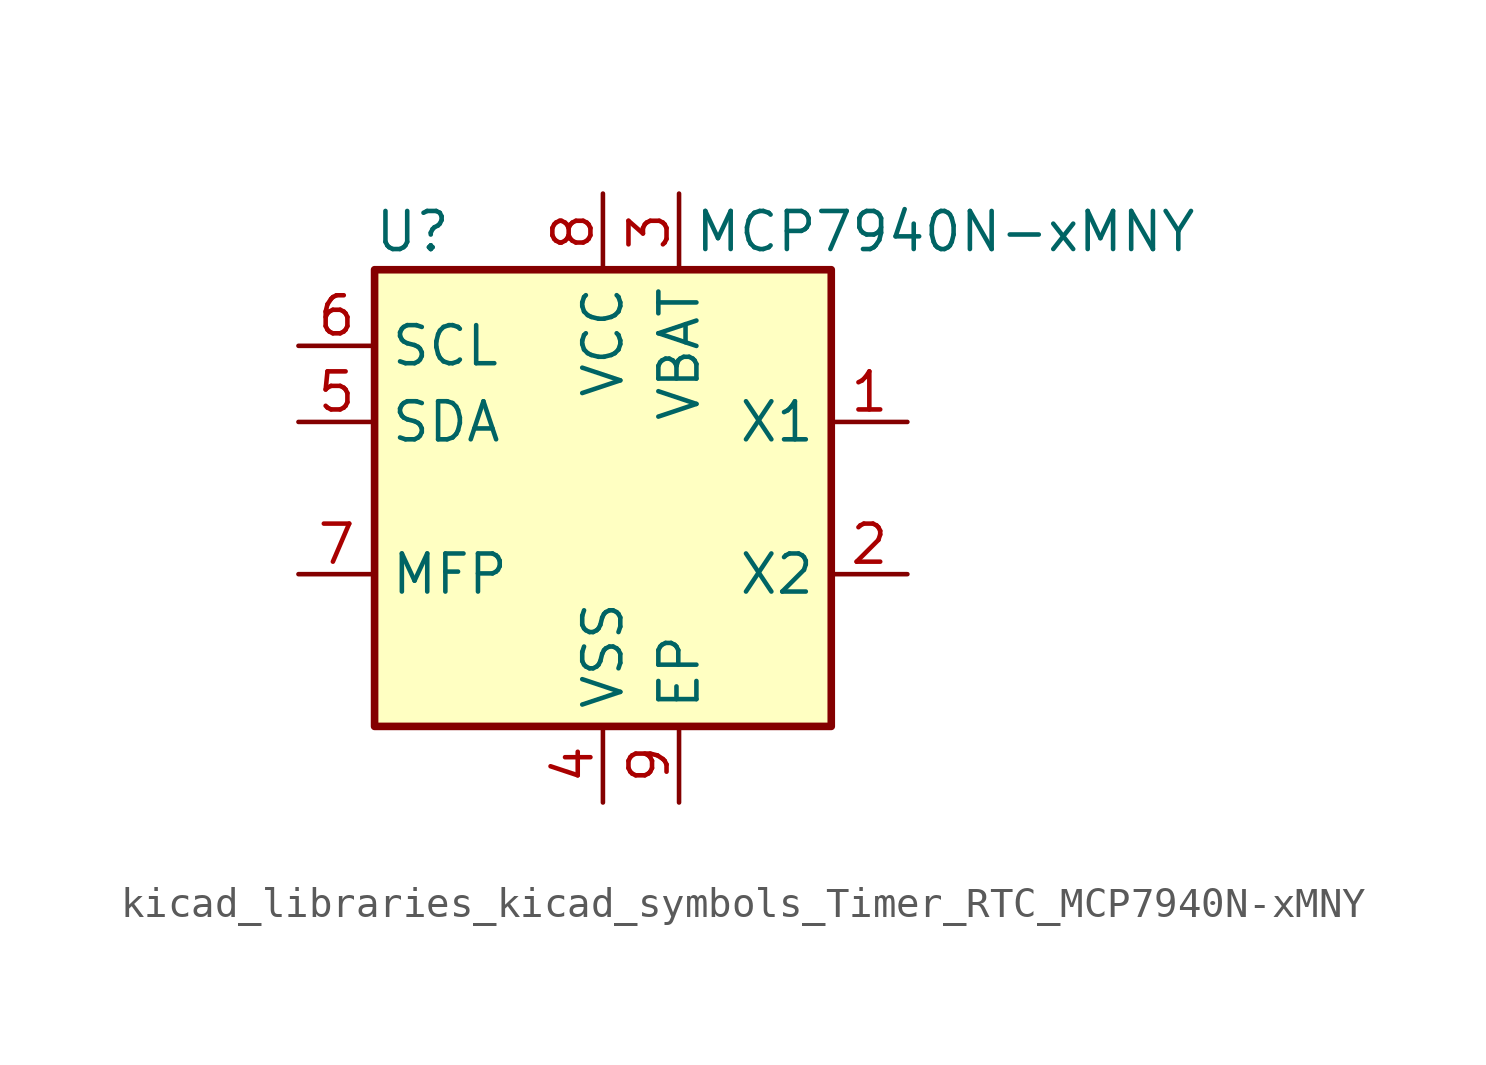
<source format=kicad_sym>
(kicad_symbol_lib
  (version 20220914)
  (generator kicad_symbol_editor)
  (symbol "kicad_libraries_kicad_symbols_Timer_RTC_MCP7940N-xMNY"
    (property "Reference" "U"
      (at -6.35 8.89 0)
      (effects (font (size 1.27 1.27))))
    (property "Value" "MCP7940N-xMNY"
      (at 11.43 8.89 0)
      (effects (font (size 1.27 1.27))))
    (symbol "kicad_libraries_kicad_symbols_Timer_RTC_MCP7940N-xMNY_0_1"
      (rectangle (start -7.62 7.62) (end 7.62 -7.62) (stroke (width 0.254) (type default)) (fill (type background))))
    (symbol "kicad_libraries_kicad_symbols_Timer_RTC_MCP7940N-xMNY_1_1"
      (pin input line (at 10.16 2.54 180) (length 2.54) (name "X1" (effects (font (size 1.27 1.27)))) (number "1" (effects (font (size 1.27 1.27)))))
      (pin output line (at 10.16 -2.54 180) (length 2.54) (name "X2" (effects (font (size 1.27 1.27)))) (number "2" (effects (font (size 1.27 1.27)))))
      (pin power_in line (at 2.54 10.16 270) (length 2.54) (name "VBAT" (effects (font (size 1.27 1.27)))) (number "3" (effects (font (size 1.27 1.27)))))
      (pin power_in line (at 0 -10.16 90) (length 2.54) (name "VSS" (effects (font (size 1.27 1.27)))) (number "4" (effects (font (size 1.27 1.27)))))
      (pin bidirectional line (at -10.16 2.54 0) (length 2.54) (name "SDA" (effects (font (size 1.27 1.27)))) (number "5" (effects (font (size 1.27 1.27)))))
      (pin input line (at -10.16 5.08 0) (length 2.54) (name "SCL" (effects (font (size 1.27 1.27)))) (number "6" (effects (font (size 1.27 1.27)))))
      (pin open_collector line (at -10.16 -2.54 0) (length 2.54) (name "MFP" (effects (font (size 1.27 1.27)))) (number "7" (effects (font (size 1.27 1.27)))))
      (pin power_in line (at 0 10.16 270) (length 2.54) (name "VCC" (effects (font (size 1.27 1.27)))) (number "8" (effects (font (size 1.27 1.27)))))
      (pin power_in line (at 2.54 -10.16 90) (length 2.54) (name "EP" (effects (font (size 1.27 1.27)))) (number "9" (effects (font (size 1.27 1.27))))))))
</source>
